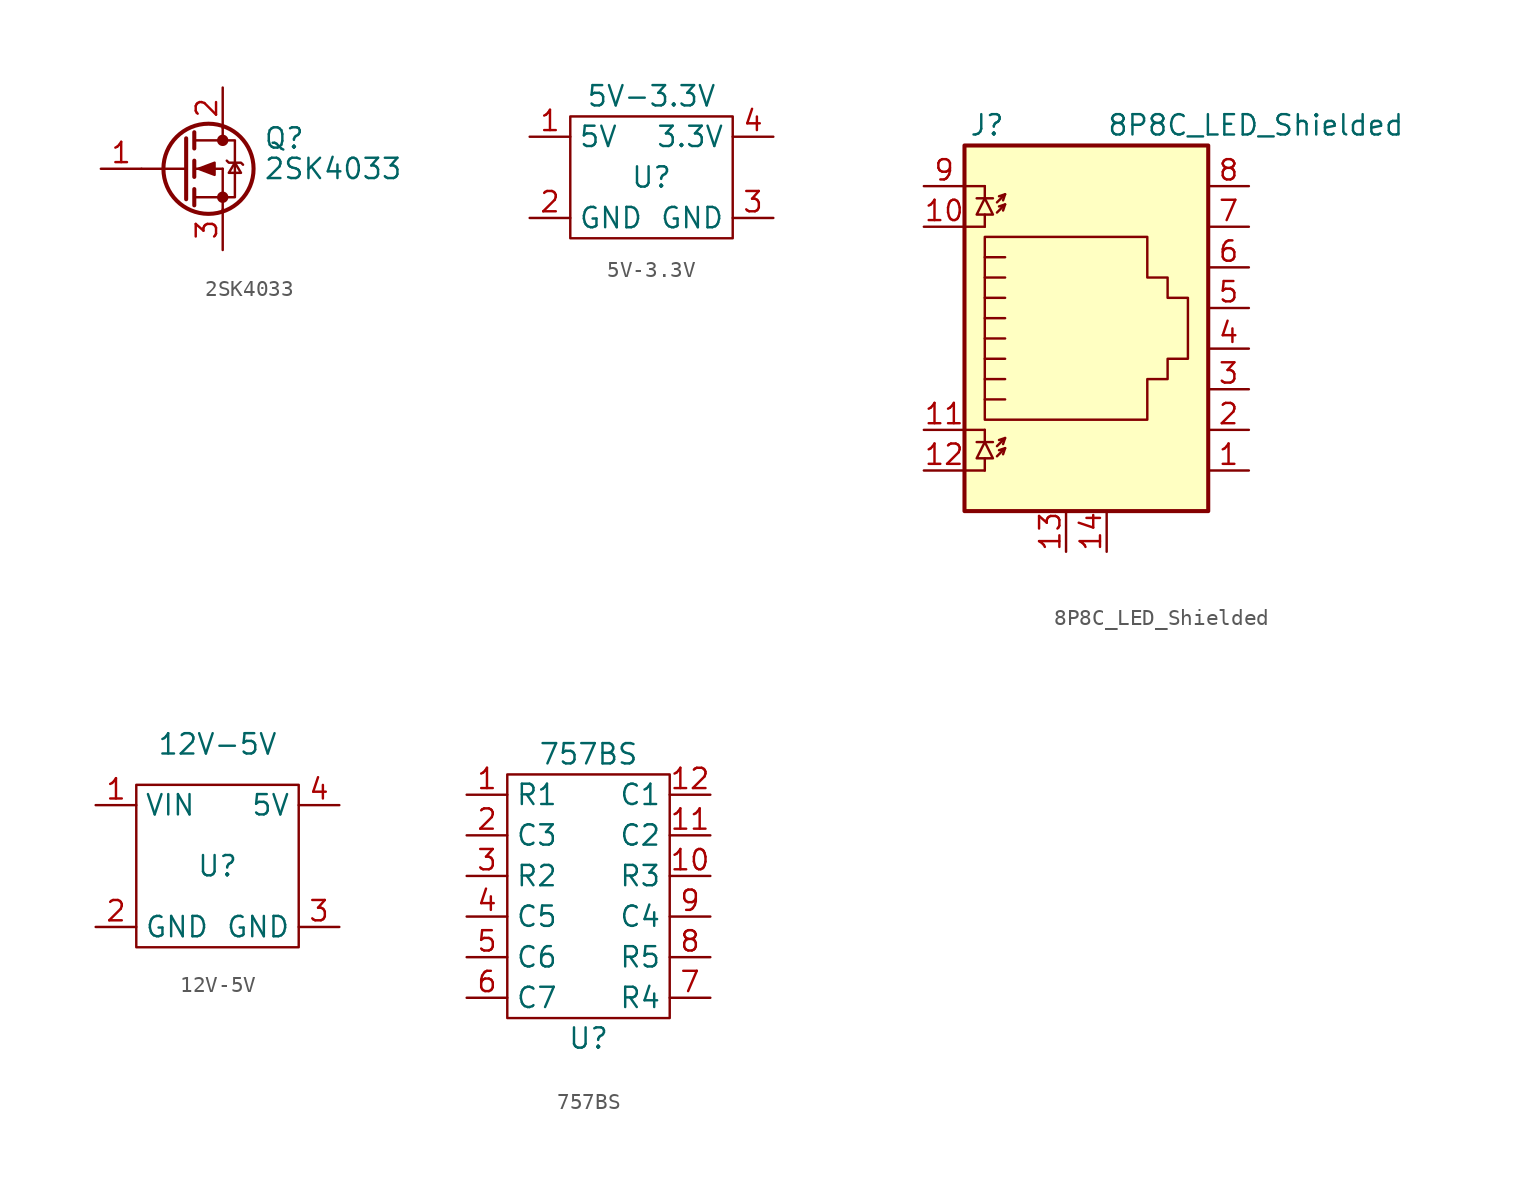
<source format=kicad_sym>
(kicad_symbol_lib
  (version 20220914)
  (generator kicad_symbol_editor)
  (symbol "2SK4033"
    (pin_names
      (offset 0) hide)
    (property "Reference" "Q"
      (at 5.08 1.905 0)
      (effects (font (size 1.27 1.27)) (justify left)))
    (property "Value" "2SK4033"
      (at 5.08 0 0)
      (effects (font (size 1.27 1.27)) (justify left)))
    (symbol "2SK4033_0_1"
      (polyline (pts (xy -2.54 0) (xy 0.254 0)) (stroke (width 0) (type default)) (fill (type none)))
      (polyline (pts (xy 0.762 -1.778) (xy 2.54 -1.778)) (stroke (width 0) (type default)) (fill (type none)))
      (polyline (pts (xy 0.762 -1.27) (xy 0.762 -2.286)) (stroke (width 0.254) (type default)) (fill (type none)))
      (polyline (pts (xy 0.762 0) (xy 2.54 0)) (stroke (width 0) (type default)) (fill (type none)))
      (polyline (pts (xy 0.762 0.508) (xy 0.762 -0.508)) (stroke (width 0.254) (type default)) (fill (type none)))
      (polyline (pts (xy 0.762 1.778) (xy 2.54 1.778)) (stroke (width 0) (type default)) (fill (type none)))
      (polyline (pts (xy 0.762 2.286) (xy 0.762 1.27)) (stroke (width 0.254) (type default)) (fill (type none)))
      (polyline (pts (xy 2.54 -1.778) (xy 2.54 -2.54)) (stroke (width 0) (type default)) (fill (type none)))
      (polyline (pts (xy 2.54 -1.778) (xy 2.54 0)) (stroke (width 0) (type default)) (fill (type none)))
      (polyline (pts (xy 2.54 2.54) (xy 2.54 1.778)) (stroke (width 0) (type default)) (fill (type none)))
      (polyline (pts (xy 0.254 1.905) (xy 0.254 -1.905) (xy 0.254 -1.905)) (stroke (width 0.254) (type default)) (fill (type none)))
      (polyline (pts (xy 1.016 0) (xy 2.032 0.381) (xy 2.032 -0.381) (xy 1.016 0)) (stroke (width 0) (type default)) (fill (type outline)))
      (polyline (pts (xy 2.54 -1.778) (xy 3.302 -1.778) (xy 3.302 1.778) (xy 2.54 1.778)) (stroke (width 0) (type default)) (fill (type none)))
      (polyline (pts (xy 2.794 0.508) (xy 2.921 0.381) (xy 3.683 0.381) (xy 3.81 0.254)) (stroke (width 0) (type default)) (fill (type none)))
      (polyline (pts (xy 3.302 0.381) (xy 2.921 -0.254) (xy 3.683 -0.254) (xy 3.302 0.381)) (stroke (width 0) (type default)) (fill (type none)))
      (circle (center 1.651 0) (radius 2.819) (stroke (width 0.254) (type default)) (fill (type none)))
      (circle (center 2.54 -1.778) (radius 0.279) (stroke (width 0) (type default)) (fill (type outline)))
      (circle (center 2.54 1.778) (radius 0.279) (stroke (width 0) (type default)) (fill (type outline))))
    (symbol "2SK4033_1_1"
      (pin input line (at -5.08 0 0) (length 2.54) (name "G" (effects (font (size 1.27 1.27)))) (number "1" (effects (font (size 1.27 1.27)))))
      (pin passive line (at 2.54 5.08 270) (length 2.54) (name "D" (effects (font (size 1.27 1.27)))) (number "2" (effects (font (size 1.27 1.27)))))
      (pin passive line (at 2.54 -5.08 90) (length 2.54) (name "S" (effects (font (size 1.27 1.27)))) (number "3" (effects (font (size 1.27 1.27)))))))
  (symbol "5V-3.3V"
    (property "Reference" "U"
      (at 0 0 0)
      (effects (font (size 1.27 1.27))))
    (property "Value" "5V-3.3V"
      (at 0 5.08 0)
      (effects (font (size 1.27 1.27))))
    (symbol "5V-3.3V_0_1"
      (rectangle (start -5.08 3.81) (end 5.08 -3.81) (stroke (width 0) (type default)) (fill (type none))))
    (symbol "5V-3.3V_1_1"
      (pin passive line (at -7.62 2.54 0) (length 2.54) (name "5V" (effects (font (size 1.27 1.27)))) (number "1" (effects (font (size 1.27 1.27)))))
      (pin passive line (at -7.62 -2.54 0) (length 2.54) (name "GND" (effects (font (size 1.27 1.27)))) (number "2" (effects (font (size 1.27 1.27)))))
      (pin passive line (at 7.62 -2.54 180) (length 2.54) (name "GND" (effects (font (size 1.27 1.27)))) (number "3" (effects (font (size 1.27 1.27)))))
      (pin passive line (at 7.62 2.54 180) (length 2.54) (name "3.3V" (effects (font (size 1.27 1.27)))) (number "4" (effects (font (size 1.27 1.27)))))))
  (symbol "8P8C_LED_Shielded"
    (property "Reference" "J"
      (at -5.08 13.97 0)
      (effects (font (size 1.27 1.27)) (justify right)))
    (property "Value" "8P8C_LED_Shielded"
      (at 1.27 13.97 0)
      (effects (font (size 1.27 1.27)) (justify left)))
    (symbol "8P8C_LED_Shielded_0_0"
      (pin passive line (at 1.27 -12.7 90) (length 2.54) (name "~" (effects (font (size 1.27 1.27)))) (number "14" (effects (font (size 1.27 1.27))))))
    (symbol "8P8C_LED_Shielded_0_1"
      (polyline (pts (xy -7.62 -7.62) (xy -6.35 -7.62)) (stroke (width 0) (type default)) (fill (type none)))
      (polyline (pts (xy -7.62 -5.08) (xy -6.35 -5.08)) (stroke (width 0) (type default)) (fill (type none)))
      (polyline (pts (xy -7.62 7.62) (xy -6.35 7.62)) (stroke (width 0) (type default)) (fill (type none)))
      (polyline (pts (xy -7.62 10.16) (xy -6.35 10.16)) (stroke (width 0) (type default)) (fill (type none)))
      (polyline (pts (xy -6.858 -5.842) (xy -5.842 -5.842)) (stroke (width 0) (type default)) (fill (type none)))
      (polyline (pts (xy -6.858 9.398) (xy -5.842 9.398)) (stroke (width 0) (type default)) (fill (type none)))
      (polyline (pts (xy -6.35 -7.62) (xy -6.35 -6.858)) (stroke (width 0) (type default)) (fill (type none)))
      (polyline (pts (xy -6.35 -5.08) (xy -6.35 -5.842)) (stroke (width 0) (type default)) (fill (type none)))
      (polyline (pts (xy -6.35 7.62) (xy -6.35 8.382)) (stroke (width 0) (type default)) (fill (type none)))
      (polyline (pts (xy -6.35 10.16) (xy -6.35 9.398)) (stroke (width 0) (type default)) (fill (type none)))
      (polyline (pts (xy -5.08 -6.223) (xy -5.207 -6.604)) (stroke (width 0) (type default)) (fill (type none)))
      (polyline (pts (xy -5.08 -5.588) (xy -5.207 -5.969)) (stroke (width 0) (type default)) (fill (type none)))
      (polyline (pts (xy -5.08 4.445) (xy -6.35 4.445)) (stroke (width 0) (type default)) (fill (type none)))
      (polyline (pts (xy -5.08 5.715) (xy -6.35 5.715)) (stroke (width 0) (type default)) (fill (type none)))
      (polyline (pts (xy -5.08 9.017) (xy -5.207 8.636)) (stroke (width 0) (type default)) (fill (type none)))
      (polyline (pts (xy -5.08 9.652) (xy -5.207 9.271)) (stroke (width 0) (type default)) (fill (type none)))
      (polyline (pts (xy -6.35 -3.175) (xy -5.08 -3.175) (xy -5.08 -3.175)) (stroke (width 0) (type default)) (fill (type none)))
      (polyline (pts (xy -6.35 -1.905) (xy -5.08 -1.905) (xy -5.08 -1.905)) (stroke (width 0) (type default)) (fill (type none)))
      (polyline (pts (xy -6.35 -0.635) (xy -5.08 -0.635) (xy -5.08 -0.635)) (stroke (width 0) (type default)) (fill (type none)))
      (polyline (pts (xy -6.35 0.635) (xy -5.08 0.635) (xy -5.08 0.635)) (stroke (width 0) (type default)) (fill (type none)))
      (polyline (pts (xy -6.35 1.905) (xy -5.08 1.905) (xy -5.08 1.905)) (stroke (width 0) (type default)) (fill (type none)))
      (polyline (pts (xy -5.588 -6.731) (xy -5.08 -6.223) (xy -5.461 -6.35)) (stroke (width 0) (type default)) (fill (type none)))
      (polyline (pts (xy -5.588 -6.096) (xy -5.08 -5.588) (xy -5.461 -5.715)) (stroke (width 0) (type default)) (fill (type none)))
      (polyline (pts (xy -5.588 8.509) (xy -5.08 9.017) (xy -5.461 8.89)) (stroke (width 0) (type default)) (fill (type none)))
      (polyline (pts (xy -5.588 9.144) (xy -5.08 9.652) (xy -5.461 9.525)) (stroke (width 0) (type default)) (fill (type none)))
      (polyline (pts (xy -5.08 3.175) (xy -6.35 3.175) (xy -6.35 3.175)) (stroke (width 0) (type default)) (fill (type none)))
      (polyline (pts (xy -6.35 -5.842) (xy -6.858 -6.858) (xy -5.842 -6.858) (xy -6.35 -5.842)) (stroke (width 0) (type default)) (fill (type none)))
      (polyline (pts (xy -6.35 9.398) (xy -6.858 8.382) (xy -5.842 8.382) (xy -6.35 9.398)) (stroke (width 0) (type default)) (fill (type none)))
      (polyline (pts (xy -6.35 -4.445) (xy -6.35 6.985) (xy 3.81 6.985) (xy 3.81 4.445) (xy 5.08 4.445) (xy 5.08 3.175) (xy 6.35 3.175) (xy 6.35 -0.635) (xy 5.08 -0.635) (xy 5.08 -1.905) (xy 3.81 -1.905) (xy 3.81 -4.445) (xy -6.35 -4.445) (xy -6.35 -4.445)) (stroke (width 0) (type default)) (fill (type none)))
      (rectangle (start 7.62 12.7) (end -7.62 -10.16) (stroke (width 0.254) (type default)) (fill (type background))))
    (symbol "8P8C_LED_Shielded_1_1"
      (pin passive line (at 10.16 -7.62 180) (length 2.54) (name "~" (effects (font (size 1.27 1.27)))) (number "1" (effects (font (size 1.27 1.27)))))
      (pin passive line (at -10.16 7.62 0) (length 2.54) (name "~" (effects (font (size 1.27 1.27)))) (number "10" (effects (font (size 1.27 1.27)))))
      (pin passive line (at -10.16 -5.08 0) (length 2.54) (name "~" (effects (font (size 1.27 1.27)))) (number "11" (effects (font (size 1.27 1.27)))))
      (pin passive line (at -10.16 -7.62 0) (length 2.54) (name "~" (effects (font (size 1.27 1.27)))) (number "12" (effects (font (size 1.27 1.27)))))
      (pin passive line (at -1.27 -12.7 90) (length 2.54) (name "~" (effects (font (size 1.27 1.27)))) (number "13" (effects (font (size 1.27 1.27)))))
      (pin passive line (at 10.16 -5.08 180) (length 2.54) (name "~" (effects (font (size 1.27 1.27)))) (number "2" (effects (font (size 1.27 1.27)))))
      (pin passive line (at 10.16 -2.54 180) (length 2.54) (name "~" (effects (font (size 1.27 1.27)))) (number "3" (effects (font (size 1.27 1.27)))))
      (pin passive line (at 10.16 0 180) (length 2.54) (name "~" (effects (font (size 1.27 1.27)))) (number "4" (effects (font (size 1.27 1.27)))))
      (pin passive line (at 10.16 2.54 180) (length 2.54) (name "~" (effects (font (size 1.27 1.27)))) (number "5" (effects (font (size 1.27 1.27)))))
      (pin passive line (at 10.16 5.08 180) (length 2.54) (name "~" (effects (font (size 1.27 1.27)))) (number "6" (effects (font (size 1.27 1.27)))))
      (pin passive line (at 10.16 7.62 180) (length 2.54) (name "~" (effects (font (size 1.27 1.27)))) (number "7" (effects (font (size 1.27 1.27)))))
      (pin passive line (at 10.16 10.16 180) (length 2.54) (name "~" (effects (font (size 1.27 1.27)))) (number "8" (effects (font (size 1.27 1.27)))))
      (pin passive line (at -10.16 10.16 0) (length 2.54) (name "~" (effects (font (size 1.27 1.27)))) (number "9" (effects (font (size 1.27 1.27)))))))
  (symbol "12V-5V"
    (property "Reference" "U"
      (at 0 0 0)
      (effects (font (size 1.27 1.27))))
    (property "Value" "12V-5V"
      (at 0 7.62 0)
      (effects (font (size 1.27 1.27))))
    (symbol "12V-5V_0_1"
      (rectangle (start -5.08 5.08) (end 5.08 -5.08) (stroke (width 0) (type default)) (fill (type none))))
    (symbol "12V-5V_1_1"
      (pin passive line (at -7.62 3.81 0) (length 2.54) (name "VIN" (effects (font (size 1.27 1.27)))) (number "1" (effects (font (size 1.27 1.27)))))
      (pin passive line (at -7.62 -3.81 0) (length 2.54) (name "GND" (effects (font (size 1.27 1.27)))) (number "2" (effects (font (size 1.27 1.27)))))
      (pin passive line (at 7.62 -3.81 180) (length 2.54) (name "GND" (effects (font (size 1.27 1.27)))) (number "3" (effects (font (size 1.27 1.27)))))
      (pin passive line (at 7.62 3.81 180) (length 2.54) (name "5V" (effects (font (size 1.27 1.27)))) (number "4" (effects (font (size 1.27 1.27)))))))
  (symbol "757BS"
    (property "Reference" "U"
      (at 7.62 -15.24 0)
      (effects (font (size 1.27 1.27))))
    (property "Value" "757BS"
      (at 7.62 2.54 0)
      (effects (font (size 1.27 1.27))))
    (symbol "757BS_0_1"
      (rectangle (start 2.54 1.27) (end 12.7 -13.97) (stroke (width 0) (type default)) (fill (type none))))
    (symbol "757BS_1_1"
      (pin input line (at 0 0 0) (length 2.54) (name "R1" (effects (font (size 1.27 1.27)))) (number "1" (effects (font (size 1.27 1.27)))))
      (pin input line (at 15.24 -5.08 180) (length 2.54) (name "R3" (effects (font (size 1.27 1.27)))) (number "10" (effects (font (size 1.27 1.27)))))
      (pin input line (at 15.24 -2.54 180) (length 2.54) (name "C2" (effects (font (size 1.27 1.27)))) (number "11" (effects (font (size 1.27 1.27)))))
      (pin input line (at 15.24 0 180) (length 2.54) (name "C1" (effects (font (size 1.27 1.27)))) (number "12" (effects (font (size 1.27 1.27)))))
      (pin input line (at 0 -2.54 0) (length 2.54) (name "C3" (effects (font (size 1.27 1.27)))) (number "2" (effects (font (size 1.27 1.27)))))
      (pin input line (at 0 -5.08 0) (length 2.54) (name "R2" (effects (font (size 1.27 1.27)))) (number "3" (effects (font (size 1.27 1.27)))))
      (pin input line (at 0 -7.62 0) (length 2.54) (name "C5" (effects (font (size 1.27 1.27)))) (number "4" (effects (font (size 1.27 1.27)))))
      (pin input line (at 0 -10.16 0) (length 2.54) (name "C6" (effects (font (size 1.27 1.27)))) (number "5" (effects (font (size 1.27 1.27)))))
      (pin input line (at 0 -12.7 0) (length 2.54) (name "C7" (effects (font (size 1.27 1.27)))) (number "6" (effects (font (size 1.27 1.27)))))
      (pin input line (at 15.24 -12.7 180) (length 2.54) (name "R4" (effects (font (size 1.27 1.27)))) (number "7" (effects (font (size 1.27 1.27)))))
      (pin input line (at 15.24 -10.16 180) (length 2.54) (name "R5" (effects (font (size 1.27 1.27)))) (number "8" (effects (font (size 1.27 1.27)))))
      (pin input line (at 15.24 -7.62 180) (length 2.54) (name "C4" (effects (font (size 1.27 1.27)))) (number "9" (effects (font (size 1.27 1.27))))))))
</source>
